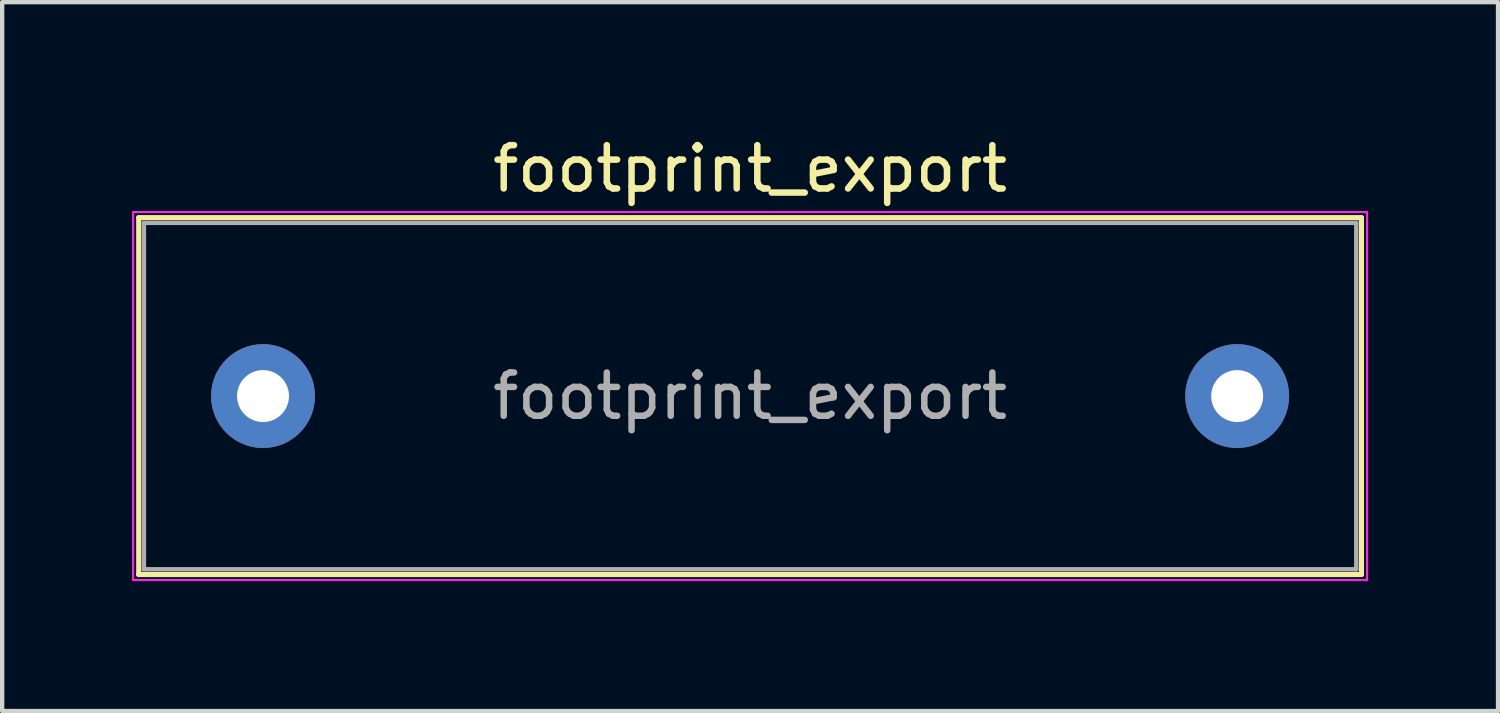
<source format=kicad_pcb>
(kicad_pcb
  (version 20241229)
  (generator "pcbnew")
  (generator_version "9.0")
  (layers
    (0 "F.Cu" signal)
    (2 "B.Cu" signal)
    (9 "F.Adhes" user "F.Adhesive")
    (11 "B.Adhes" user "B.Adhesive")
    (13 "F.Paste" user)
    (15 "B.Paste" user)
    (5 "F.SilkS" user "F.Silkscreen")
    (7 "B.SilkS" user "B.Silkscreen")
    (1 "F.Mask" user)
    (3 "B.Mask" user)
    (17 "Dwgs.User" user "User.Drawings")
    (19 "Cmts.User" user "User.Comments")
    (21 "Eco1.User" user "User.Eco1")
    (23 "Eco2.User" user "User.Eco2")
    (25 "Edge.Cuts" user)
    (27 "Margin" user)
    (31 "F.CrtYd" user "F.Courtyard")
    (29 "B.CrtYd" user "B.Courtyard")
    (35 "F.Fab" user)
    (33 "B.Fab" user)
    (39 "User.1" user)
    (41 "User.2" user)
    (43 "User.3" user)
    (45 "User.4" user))
  (footprint "footprint_export"
    (layer "F.Cu")
    (at 3.025 6.098)
    (property "Reference" "footprint_export" (at 11.25 -5.25 0) (layer "F.SilkS") (effects (font (size 1 1) (thickness 0.15))))
    (attr through_hole)
    (fp_line (start -2.87 -4.12) (end -2.87 4.12) (stroke (width 0.12) (type solid)) (layer "F.SilkS"))
    (fp_line (start -2.87 -4.12) (end 25.37 -4.12) (stroke (width 0.12) (type solid)) (layer "F.SilkS"))
    (fp_line (start -2.87 4.12) (end 25.37 4.12) (stroke (width 0.12) (type solid)) (layer "F.SilkS"))
    (fp_line (start 25.37 -4.12) (end 25.37 4.12) (stroke (width 0.12) (type solid)) (layer "F.SilkS"))
    (fp_line (start -3 -4.25) (end -3 4.25) (stroke (width 0.05) (type solid)) (layer "F.CrtYd"))
    (fp_line (start -3 4.25) (end 25.5 4.25) (stroke (width 0.05) (type solid)) (layer "F.CrtYd"))
    (fp_line (start 25.5 -4.25) (end -3 -4.25) (stroke (width 0.05) (type solid)) (layer "F.CrtYd"))
    (fp_line (start 25.5 4.25) (end 25.5 -4.25) (stroke (width 0.05) (type solid)) (layer "F.CrtYd"))
    (fp_line (start -2.75 -4) (end -2.75 4) (stroke (width 0.1) (type solid)) (layer "F.Fab"))
    (fp_line (start -2.75 4) (end 25.25 4) (stroke (width 0.1) (type solid)) (layer "F.Fab"))
    (fp_line (start 25.25 -4) (end -2.75 -4) (stroke (width 0.1) (type solid)) (layer "F.Fab"))
    (fp_line (start 25.25 4) (end 25.25 -4) (stroke (width 0.1) (type solid)) (layer "F.Fab"))
    (fp_text user "${REFERENCE}" (at 11.25 0 0) (layer "F.Fab") (effects (font (size 1 1) (thickness 0.15))))
    (pad "1" thru_hole circle (at 0 0) (size 2.4 2.4) (drill 1.2) (layers "*.Cu" "*.Mask"))
    (pad "2" thru_hole circle (at 22.5 0) (size 2.4 2.4) (drill 1.2) (layers "*.Cu" "*.Mask")))
  (gr_rect
    (start -3 -3)
    (end 31.55 13.373)
    (stroke (width 0.1) (type default))
    (fill no)
    (layer "Edge.Cuts")))
</source>
